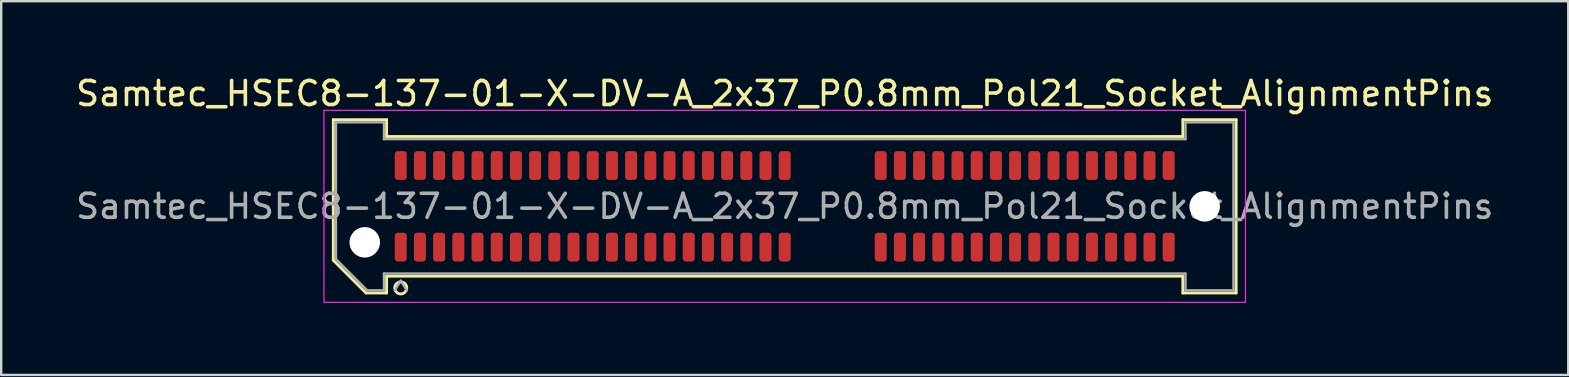
<source format=kicad_pcb>
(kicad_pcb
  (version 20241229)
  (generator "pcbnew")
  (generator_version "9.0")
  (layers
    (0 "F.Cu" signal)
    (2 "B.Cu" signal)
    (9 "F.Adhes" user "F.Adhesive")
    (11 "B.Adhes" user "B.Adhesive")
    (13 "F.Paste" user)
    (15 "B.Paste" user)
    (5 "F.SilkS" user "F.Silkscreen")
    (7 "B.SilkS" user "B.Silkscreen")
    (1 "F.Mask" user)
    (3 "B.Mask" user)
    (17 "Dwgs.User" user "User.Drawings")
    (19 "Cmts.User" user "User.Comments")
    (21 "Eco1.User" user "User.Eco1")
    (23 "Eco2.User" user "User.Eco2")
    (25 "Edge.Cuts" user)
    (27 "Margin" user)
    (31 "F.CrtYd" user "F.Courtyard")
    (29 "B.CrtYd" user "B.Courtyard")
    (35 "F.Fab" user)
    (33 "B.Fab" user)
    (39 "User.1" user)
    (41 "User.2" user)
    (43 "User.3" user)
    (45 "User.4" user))
  (footprint "Samtec_HSEC8-137-01-X-DV-A_2x37_P0.8mm_Pol21_Socket_AlignmentPins"
    (layer "F.Cu")
    (at 29.649 5.548)
    (property "Reference" "Samtec_HSEC8-137-01-X-DV-A_2x37_P0.8mm_Pol21_Socket_AlignmentPins" (at 0 -4.7 0) (layer "F.SilkS") (effects (font (size 1 1) (thickness 0.15))))
    (attr smd)
    (fp_line (start -18.81 -3.61) (end -16.59 -3.61) (stroke (width 0.12) (type solid)) (layer "F.SilkS"))
    (fp_line (start -18.81 2.246) (end -18.81 -3.61) (stroke (width 0.12) (type solid)) (layer "F.SilkS"))
    (fp_line (start -17.446 3.61) (end -18.81 2.246) (stroke (width 0.12) (type solid)) (layer "F.SilkS"))
    (fp_line (start -16.59 -3.61) (end -16.59 -2.91) (stroke (width 0.12) (type solid)) (layer "F.SilkS"))
    (fp_line (start -16.59 -2.91) (end 16.59 -2.91) (stroke (width 0.12) (type solid)) (layer "F.SilkS"))
    (fp_line (start -16.59 2.91) (end -16.59 3.61) (stroke (width 0.12) (type solid)) (layer "F.SilkS"))
    (fp_line (start -16.59 3.61) (end -17.446 3.61) (stroke (width 0.12) (type solid)) (layer "F.SilkS"))
    (fp_line (start 16.59 -3.61) (end 18.81 -3.61) (stroke (width 0.12) (type solid)) (layer "F.SilkS"))
    (fp_line (start 16.59 -2.91) (end 16.59 -3.61) (stroke (width 0.12) (type solid)) (layer "F.SilkS"))
    (fp_line (start 16.59 2.91) (end -16.59 2.91) (stroke (width 0.12) (type solid)) (layer "F.SilkS"))
    (fp_line (start 16.59 3.61) (end 16.59 2.91) (stroke (width 0.12) (type solid)) (layer "F.SilkS"))
    (fp_line (start 18.81 -3.61) (end 18.81 3.61) (stroke (width 0.12) (type solid)) (layer "F.SilkS"))
    (fp_line (start 18.81 3.61) (end 16.59 3.61) (stroke (width 0.12) (type solid)) (layer "F.SilkS"))
    (fp_arc (start -15.75 3.4) (mid -16.25 3.4) (end -15.75 3.4) (stroke (width 0.12) (type solid)) (layer "F.SilkS"))
    (fp_line (start -19.2 -4) (end -19.2 4) (stroke (width 0.05) (type solid)) (layer "F.CrtYd"))
    (fp_line (start -19.2 4) (end 19.2 4) (stroke (width 0.05) (type solid)) (layer "F.CrtYd"))
    (fp_line (start 19.2 -4) (end -19.2 -4) (stroke (width 0.05) (type solid)) (layer "F.CrtYd"))
    (fp_line (start 19.2 4) (end 19.2 -4) (stroke (width 0.05) (type solid)) (layer "F.CrtYd"))
    (fp_line (start -18.7 -3.5) (end -16.7 -3.5) (stroke (width 0.1) (type solid)) (layer "F.Fab"))
    (fp_line (start -18.7 2.2) (end -18.7 -3.5) (stroke (width 0.1) (type solid)) (layer "F.Fab"))
    (fp_line (start -17.4 3.5) (end -18.7 2.2) (stroke (width 0.1) (type solid)) (layer "F.Fab"))
    (fp_line (start -16.7 -3.5) (end -16.7 -2.8) (stroke (width 0.1) (type solid)) (layer "F.Fab"))
    (fp_line (start -16.7 -2.8) (end 16.7 -2.8) (stroke (width 0.1) (type solid)) (layer "F.Fab"))
    (fp_line (start -16.7 2.8) (end -16.7 3.5) (stroke (width 0.1) (type solid)) (layer "F.Fab"))
    (fp_line (start -16.7 3.5) (end -17.4 3.5) (stroke (width 0.1) (type solid)) (layer "F.Fab"))
    (fp_line (start -16 3.1) (end -16.25 3.5) (stroke (width 0.1) (type solid)) (layer "F.Fab"))
    (fp_line (start -16 3.1) (end -15.75 3.5) (stroke (width 0.1) (type solid)) (layer "F.Fab"))
    (fp_line (start 16.7 -3.5) (end 18.7 -3.5) (stroke (width 0.1) (type solid)) (layer "F.Fab"))
    (fp_line (start 16.7 -2.8) (end 16.7 -3.5) (stroke (width 0.1) (type solid)) (layer "F.Fab"))
    (fp_line (start 16.7 2.8) (end -16.7 2.8) (stroke (width 0.1) (type solid)) (layer "F.Fab"))
    (fp_line (start 16.7 3.5) (end 16.7 2.8) (stroke (width 0.1) (type solid)) (layer "F.Fab"))
    (fp_line (start 18.7 -3.5) (end 18.7 3.5) (stroke (width 0.1) (type solid)) (layer "F.Fab"))
    (fp_line (start 18.7 3.5) (end 16.7 3.5) (stroke (width 0.1) (type solid)) (layer "F.Fab"))
    (fp_text user "${REFERENCE}" (at 0 0 0) (layer "F.Fab") (effects (font (size 1 1) (thickness 0.15))))
    (pad "" np_thru_hole circle (at -17.5 1.5) (size 1.27 1.27) (drill 1.27) (layers "*.Cu" "*.Mask"))
    (pad "" np_thru_hole circle (at 17.5 0) (size 1.27 1.27) (drill 1.27) (layers "*.Cu" "*.Mask"))
    (pad "1" smd roundrect (at -16 1.7) (size 0.5 1.2) (layers "F.Cu" "F.Mask" "F.Paste") (roundrect_rratio 0.25))
    (pad "2" smd roundrect (at -16 -1.7) (size 0.5 1.2) (layers "F.Cu" "F.Mask" "F.Paste") (roundrect_rratio 0.25))
    (pad "3" smd roundrect (at -15.2 1.7) (size 0.5 1.2) (layers "F.Cu" "F.Mask" "F.Paste") (roundrect_rratio 0.25))
    (pad "4" smd roundrect (at -15.2 -1.7) (size 0.5 1.2) (layers "F.Cu" "F.Mask" "F.Paste") (roundrect_rratio 0.25))
    (pad "5" smd roundrect (at -14.4 1.7) (size 0.5 1.2) (layers "F.Cu" "F.Mask" "F.Paste") (roundrect_rratio 0.25))
    (pad "6" smd roundrect (at -14.4 -1.7) (size 0.5 1.2) (layers "F.Cu" "F.Mask" "F.Paste") (roundrect_rratio 0.25))
    (pad "7" smd roundrect (at -13.6 1.7) (size 0.5 1.2) (layers "F.Cu" "F.Mask" "F.Paste") (roundrect_rratio 0.25))
    (pad "8" smd roundrect (at -13.6 -1.7) (size 0.5 1.2) (layers "F.Cu" "F.Mask" "F.Paste") (roundrect_rratio 0.25))
    (pad "9" smd roundrect (at -12.8 1.7) (size 0.5 1.2) (layers "F.Cu" "F.Mask" "F.Paste") (roundrect_rratio 0.25))
    (pad "10" smd roundrect (at -12.8 -1.7) (size 0.5 1.2) (layers "F.Cu" "F.Mask" "F.Paste") (roundrect_rratio 0.25))
    (pad "11" smd roundrect (at -12 1.7) (size 0.5 1.2) (layers "F.Cu" "F.Mask" "F.Paste") (roundrect_rratio 0.25))
    (pad "12" smd roundrect (at -12 -1.7) (size 0.5 1.2) (layers "F.Cu" "F.Mask" "F.Paste") (roundrect_rratio 0.25))
    (pad "13" smd roundrect (at -11.2 1.7) (size 0.5 1.2) (layers "F.Cu" "F.Mask" "F.Paste") (roundrect_rratio 0.25))
    (pad "14" smd roundrect (at -11.2 -1.7) (size 0.5 1.2) (layers "F.Cu" "F.Mask" "F.Paste") (roundrect_rratio 0.25))
    (pad "15" smd roundrect (at -10.4 1.7) (size 0.5 1.2) (layers "F.Cu" "F.Mask" "F.Paste") (roundrect_rratio 0.25))
    (pad "16" smd roundrect (at -10.4 -1.7) (size 0.5 1.2) (layers "F.Cu" "F.Mask" "F.Paste") (roundrect_rratio 0.25))
    (pad "17" smd roundrect (at -9.6 1.7) (size 0.5 1.2) (layers "F.Cu" "F.Mask" "F.Paste") (roundrect_rratio 0.25))
    (pad "18" smd roundrect (at -9.6 -1.7) (size 0.5 1.2) (layers "F.Cu" "F.Mask" "F.Paste") (roundrect_rratio 0.25))
    (pad "19" smd roundrect (at -8.8 1.7) (size 0.5 1.2) (layers "F.Cu" "F.Mask" "F.Paste") (roundrect_rratio 0.25))
    (pad "20" smd roundrect (at -8.8 -1.7) (size 0.5 1.2) (layers "F.Cu" "F.Mask" "F.Paste") (roundrect_rratio 0.25))
    (pad "21" smd roundrect (at -8 1.7) (size 0.5 1.2) (layers "F.Cu" "F.Mask" "F.Paste") (roundrect_rratio 0.25))
    (pad "22" smd roundrect (at -8 -1.7) (size 0.5 1.2) (layers "F.Cu" "F.Mask" "F.Paste") (roundrect_rratio 0.25))
    (pad "23" smd roundrect (at -7.2 1.7) (size 0.5 1.2) (layers "F.Cu" "F.Mask" "F.Paste") (roundrect_rratio 0.25))
    (pad "24" smd roundrect (at -7.2 -1.7) (size 0.5 1.2) (layers "F.Cu" "F.Mask" "F.Paste") (roundrect_rratio 0.25))
    (pad "25" smd roundrect (at -6.4 1.7) (size 0.5 1.2) (layers "F.Cu" "F.Mask" "F.Paste") (roundrect_rratio 0.25))
    (pad "26" smd roundrect (at -6.4 -1.7) (size 0.5 1.2) (layers "F.Cu" "F.Mask" "F.Paste") (roundrect_rratio 0.25))
    (pad "27" smd roundrect (at -5.6 1.7) (size 0.5 1.2) (layers "F.Cu" "F.Mask" "F.Paste") (roundrect_rratio 0.25))
    (pad "28" smd roundrect (at -5.6 -1.7) (size 0.5 1.2) (layers "F.Cu" "F.Mask" "F.Paste") (roundrect_rratio 0.25))
    (pad "29" smd roundrect (at -4.8 1.7) (size 0.5 1.2) (layers "F.Cu" "F.Mask" "F.Paste") (roundrect_rratio 0.25))
    (pad "30" smd roundrect (at -4.8 -1.7) (size 0.5 1.2) (layers "F.Cu" "F.Mask" "F.Paste") (roundrect_rratio 0.25))
    (pad "31" smd roundrect (at -4 1.7) (size 0.5 1.2) (layers "F.Cu" "F.Mask" "F.Paste") (roundrect_rratio 0.25))
    (pad "32" smd roundrect (at -4 -1.7) (size 0.5 1.2) (layers "F.Cu" "F.Mask" "F.Paste") (roundrect_rratio 0.25))
    (pad "33" smd roundrect (at -3.2 1.7) (size 0.5 1.2) (layers "F.Cu" "F.Mask" "F.Paste") (roundrect_rratio 0.25))
    (pad "34" smd roundrect (at -3.2 -1.7) (size 0.5 1.2) (layers "F.Cu" "F.Mask" "F.Paste") (roundrect_rratio 0.25))
    (pad "35" smd roundrect (at -2.4 1.7) (size 0.5 1.2) (layers "F.Cu" "F.Mask" "F.Paste") (roundrect_rratio 0.25))
    (pad "36" smd roundrect (at -2.4 -1.7) (size 0.5 1.2) (layers "F.Cu" "F.Mask" "F.Paste") (roundrect_rratio 0.25))
    (pad "37" smd roundrect (at -1.6 1.7) (size 0.5 1.2) (layers "F.Cu" "F.Mask" "F.Paste") (roundrect_rratio 0.25))
    (pad "38" smd roundrect (at -1.6 -1.7) (size 0.5 1.2) (layers "F.Cu" "F.Mask" "F.Paste") (roundrect_rratio 0.25))
    (pad "39" smd roundrect (at -0.8 1.7) (size 0.5 1.2) (layers "F.Cu" "F.Mask" "F.Paste") (roundrect_rratio 0.25))
    (pad "40" smd roundrect (at -0.8 -1.7) (size 0.5 1.2) (layers "F.Cu" "F.Mask" "F.Paste") (roundrect_rratio 0.25))
    (pad "41" smd roundrect (at 0 1.7) (size 0.5 1.2) (layers "F.Cu" "F.Mask" "F.Paste") (roundrect_rratio 0.25))
    (pad "42" smd roundrect (at 0 -1.7) (size 0.5 1.2) (layers "F.Cu" "F.Mask" "F.Paste") (roundrect_rratio 0.25))
    (pad "43" smd roundrect (at 4 1.7) (size 0.5 1.2) (layers "F.Cu" "F.Mask" "F.Paste") (roundrect_rratio 0.25))
    (pad "44" smd roundrect (at 4 -1.7) (size 0.5 1.2) (layers "F.Cu" "F.Mask" "F.Paste") (roundrect_rratio 0.25))
    (pad "45" smd roundrect (at 4.8 1.7) (size 0.5 1.2) (layers "F.Cu" "F.Mask" "F.Paste") (roundrect_rratio 0.25))
    (pad "46" smd roundrect (at 4.8 -1.7) (size 0.5 1.2) (layers "F.Cu" "F.Mask" "F.Paste") (roundrect_rratio 0.25))
    (pad "47" smd roundrect (at 5.6 1.7) (size 0.5 1.2) (layers "F.Cu" "F.Mask" "F.Paste") (roundrect_rratio 0.25))
    (pad "48" smd roundrect (at 5.6 -1.7) (size 0.5 1.2) (layers "F.Cu" "F.Mask" "F.Paste") (roundrect_rratio 0.25))
    (pad "49" smd roundrect (at 6.4 1.7) (size 0.5 1.2) (layers "F.Cu" "F.Mask" "F.Paste") (roundrect_rratio 0.25))
    (pad "50" smd roundrect (at 6.4 -1.7) (size 0.5 1.2) (layers "F.Cu" "F.Mask" "F.Paste") (roundrect_rratio 0.25))
    (pad "51" smd roundrect (at 7.2 1.7) (size 0.5 1.2) (layers "F.Cu" "F.Mask" "F.Paste") (roundrect_rratio 0.25))
    (pad "52" smd roundrect (at 7.2 -1.7) (size 0.5 1.2) (layers "F.Cu" "F.Mask" "F.Paste") (roundrect_rratio 0.25))
    (pad "53" smd roundrect (at 8 1.7) (size 0.5 1.2) (layers "F.Cu" "F.Mask" "F.Paste") (roundrect_rratio 0.25))
    (pad "54" smd roundrect (at 8 -1.7) (size 0.5 1.2) (layers "F.Cu" "F.Mask" "F.Paste") (roundrect_rratio 0.25))
    (pad "55" smd roundrect (at 8.8 1.7) (size 0.5 1.2) (layers "F.Cu" "F.Mask" "F.Paste") (roundrect_rratio 0.25))
    (pad "56" smd roundrect (at 8.8 -1.7) (size 0.5 1.2) (layers "F.Cu" "F.Mask" "F.Paste") (roundrect_rratio 0.25))
    (pad "57" smd roundrect (at 9.6 1.7) (size 0.5 1.2) (layers "F.Cu" "F.Mask" "F.Paste") (roundrect_rratio 0.25))
    (pad "58" smd roundrect (at 9.6 -1.7) (size 0.5 1.2) (layers "F.Cu" "F.Mask" "F.Paste") (roundrect_rratio 0.25))
    (pad "59" smd roundrect (at 10.4 1.7) (size 0.5 1.2) (layers "F.Cu" "F.Mask" "F.Paste") (roundrect_rratio 0.25))
    (pad "60" smd roundrect (at 10.4 -1.7) (size 0.5 1.2) (layers "F.Cu" "F.Mask" "F.Paste") (roundrect_rratio 0.25))
    (pad "61" smd roundrect (at 11.2 1.7) (size 0.5 1.2) (layers "F.Cu" "F.Mask" "F.Paste") (roundrect_rratio 0.25))
    (pad "62" smd roundrect (at 11.2 -1.7) (size 0.5 1.2) (layers "F.Cu" "F.Mask" "F.Paste") (roundrect_rratio 0.25))
    (pad "63" smd roundrect (at 12 1.7) (size 0.5 1.2) (layers "F.Cu" "F.Mask" "F.Paste") (roundrect_rratio 0.25))
    (pad "64" smd roundrect (at 12 -1.7) (size 0.5 1.2) (layers "F.Cu" "F.Mask" "F.Paste") (roundrect_rratio 0.25))
    (pad "65" smd roundrect (at 12.8 1.7) (size 0.5 1.2) (layers "F.Cu" "F.Mask" "F.Paste") (roundrect_rratio 0.25))
    (pad "66" smd roundrect (at 12.8 -1.7) (size 0.5 1.2) (layers "F.Cu" "F.Mask" "F.Paste") (roundrect_rratio 0.25))
    (pad "67" smd roundrect (at 13.6 1.7) (size 0.5 1.2) (layers "F.Cu" "F.Mask" "F.Paste") (roundrect_rratio 0.25))
    (pad "68" smd roundrect (at 13.6 -1.7) (size 0.5 1.2) (layers "F.Cu" "F.Mask" "F.Paste") (roundrect_rratio 0.25))
    (pad "69" smd roundrect (at 14.4 1.7) (size 0.5 1.2) (layers "F.Cu" "F.Mask" "F.Paste") (roundrect_rratio 0.25))
    (pad "70" smd roundrect (at 14.4 -1.7) (size 0.5 1.2) (layers "F.Cu" "F.Mask" "F.Paste") (roundrect_rratio 0.25))
    (pad "71" smd roundrect (at 15.2 1.7) (size 0.5 1.2) (layers "F.Cu" "F.Mask" "F.Paste") (roundrect_rratio 0.25))
    (pad "72" smd roundrect (at 15.2 -1.7) (size 0.5 1.2) (layers "F.Cu" "F.Mask" "F.Paste") (roundrect_rratio 0.25))
    (pad "73" smd roundrect (at 16 1.7) (size 0.5 1.2) (layers "F.Cu" "F.Mask" "F.Paste") (roundrect_rratio 0.25))
    (pad "74" smd roundrect (at 16 -1.7) (size 0.5 1.2) (layers "F.Cu" "F.Mask" "F.Paste") (roundrect_rratio 0.25)))
  (gr_rect
    (start -3 -3)
    (end 62.298 12.573)
    (stroke (width 0.1) (type default))
    (fill no)
    (layer "Edge.Cuts")))
</source>
